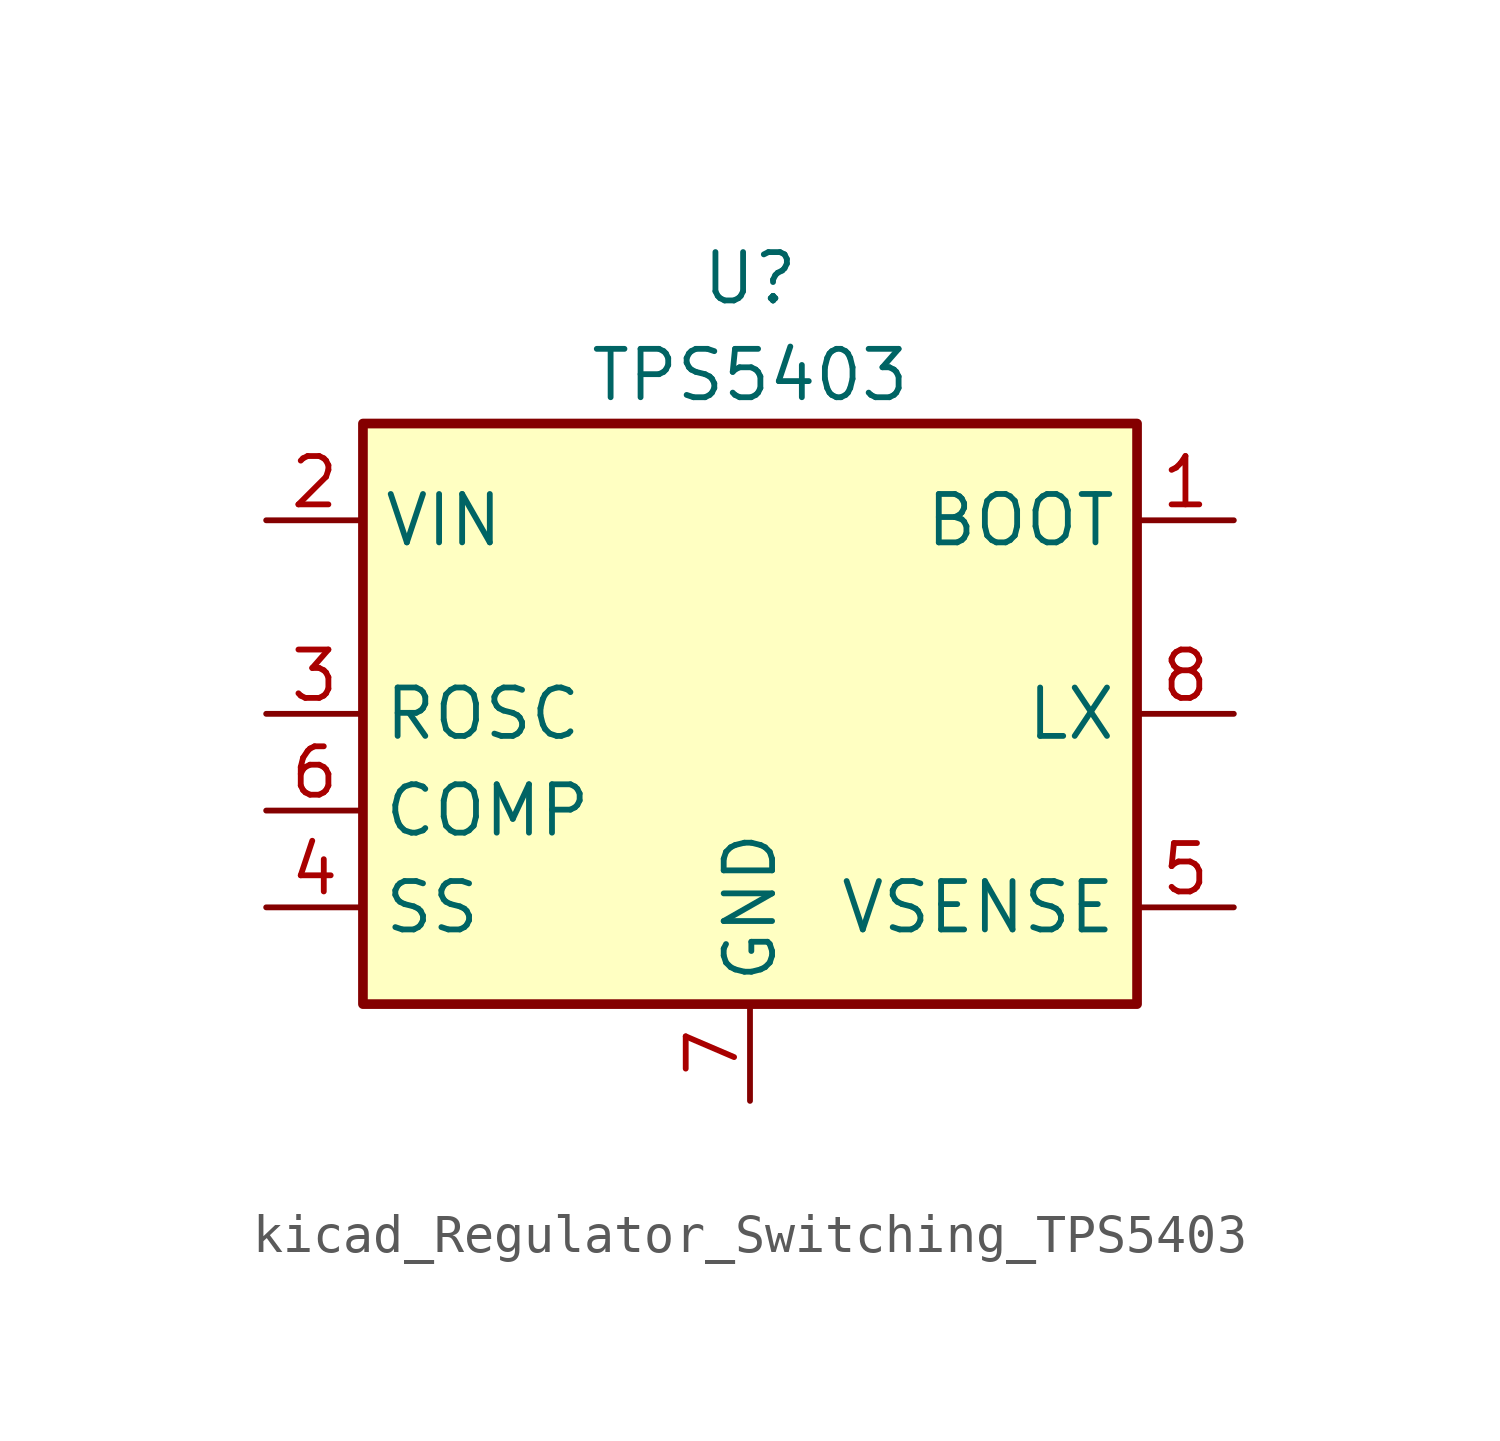
<source format=kicad_sym>
(kicad_symbol_lib
  (version 20220914)
  (generator kicad_symbol_editor)
  (symbol "kicad_Regulator_Switching_TPS5403"
    (property "Reference" "U"
      (at 0 11.43 0)
      (effects (font (size 1.27 1.27))))
    (property "Value" "TPS5403"
      (at 0 8.89 0)
      (effects (font (size 1.27 1.27))))
    (symbol "kicad_Regulator_Switching_TPS5403_1_1"
      (rectangle (start -10.16 7.62) (end 10.16 -7.62) (stroke (width 0.254) (type default)) (fill (type background)))
      (pin passive line (at 12.7 5.08 180) (length 2.54) (name "BOOT" (effects (font (size 1.27 1.27)))) (number "1" (effects (font (size 1.27 1.27)))))
      (pin power_in line (at -12.7 5.08 0) (length 2.54) (name "VIN" (effects (font (size 1.27 1.27)))) (number "2" (effects (font (size 1.27 1.27)))))
      (pin passive line (at -12.7 0 0) (length 2.54) (name "ROSC" (effects (font (size 1.27 1.27)))) (number "3" (effects (font (size 1.27 1.27)))))
      (pin passive line (at -12.7 -5.08 0) (length 2.54) (name "SS" (effects (font (size 1.27 1.27)))) (number "4" (effects (font (size 1.27 1.27)))))
      (pin input line (at 12.7 -5.08 180) (length 2.54) (name "VSENSE" (effects (font (size 1.27 1.27)))) (number "5" (effects (font (size 1.27 1.27)))))
      (pin passive line (at -12.7 -2.54 0) (length 2.54) (name "COMP" (effects (font (size 1.27 1.27)))) (number "6" (effects (font (size 1.27 1.27)))))
      (pin power_in line (at 0 -10.16 90) (length 2.54) (name "GND" (effects (font (size 1.27 1.27)))) (number "7" (effects (font (size 1.27 1.27)))))
      (pin output line (at 12.7 0 180) (length 2.54) (name "LX" (effects (font (size 1.27 1.27)))) (number "8" (effects (font (size 1.27 1.27))))))))
</source>
